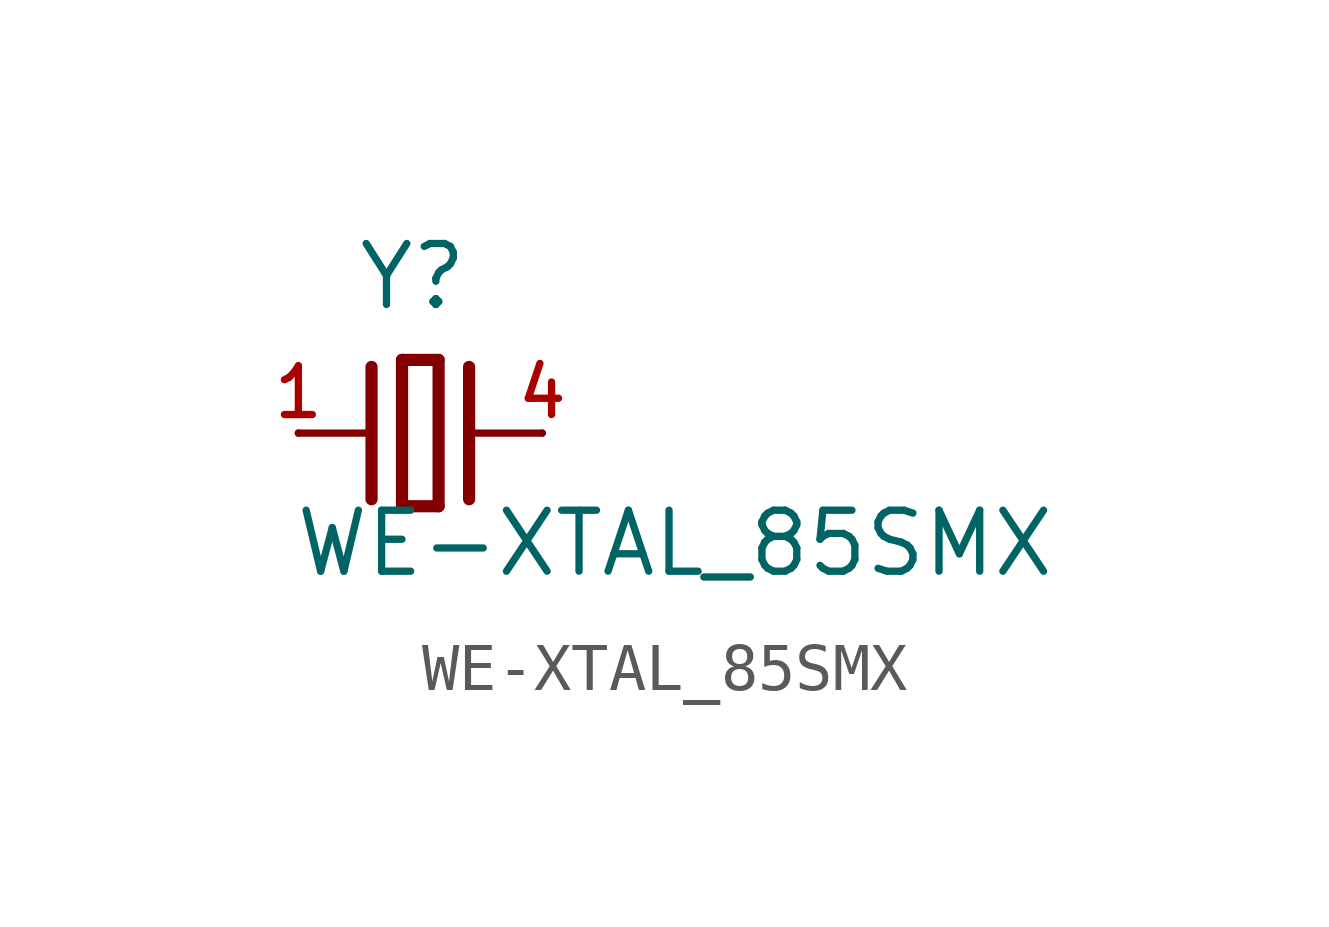
<source format=kicad_sym>
(kicad_symbol_lib
  (version 20211014)
  (generator kicad_symbol_editor)
  (symbol "WE-XTAL_85SMX"
    (pin_names
      (offset 1.016))
    (property "Reference" "Y"
      (at -0.16 2.516 0)
      (effects (font (size 1.27 1.27)) (justify bottom)))
    (property "Value" "WE-XTAL_85SMX"
      (at -2.66 -3.04 0)
      (effects (font (size 1.27 1.27)) (justify bottom left)))
    (symbol "WE-XTAL_85SMX_0_0"
      (polyline (pts (xy 1.016 0.0) (xy 2.54 0.0)) (stroke (width 0.152)))
      (polyline (pts (xy -2.54 0.0) (xy -1.016 0.0)) (stroke (width 0.152)))
      (polyline (pts (xy -0.381 1.524) (xy -0.381 -1.524)) (stroke (width 0.254)))
      (polyline (pts (xy -0.381 -1.524) (xy 0.381 -1.524)) (stroke (width 0.254)))
      (polyline (pts (xy 0.381 -1.524) (xy 0.381 1.524)) (stroke (width 0.254)))
      (polyline (pts (xy 0.381 1.524) (xy -0.381 1.524)) (stroke (width 0.254)))
      (polyline (pts (xy 1.016 1.378) (xy 1.016 -1.378)) (stroke (width 0.254)))
      (polyline (pts (xy -1.016 1.378) (xy -1.016 -1.378)) (stroke (width 0.254)))
      (pin passive line (at 2.54 0.0 180.0) (length 0) (name "~" (effects (font (size 1.016 1.016)))) (number "4" (effects (font (size 1.016 1.016)))))
      (pin passive line (at -2.54 0.0 0) (length 0) (name "~" (effects (font (size 1.016 1.016)))) (number "1" (effects (font (size 1.016 1.016))))))))
</source>
